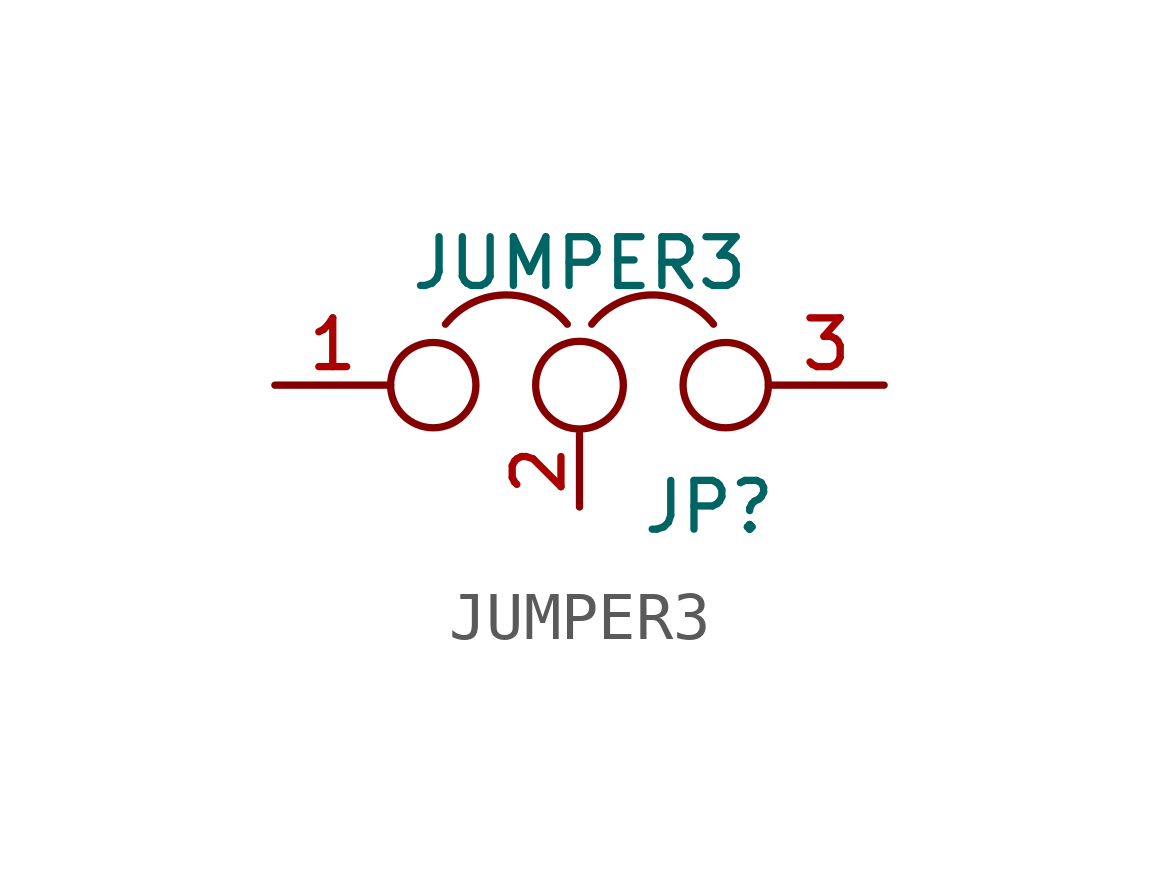
<source format=kicad_sym>
(kicad_symbol_lib
  (version 20220914)
  (generator kicad_symbol_editor)
  (symbol "JUMPER3"
    (pin_names
      (offset 0.762) hide)
    (property "Reference" "JP"
      (at 1.27 -2.54 0)
      (effects (font (size 1.016 1.016)) (justify left)))
    (property "Value" "JUMPER3"
      (at 0 2.54 0)
      (effects (font (size 1.016 1.016))))
    (symbol "JUMPER3_0_1"
      (circle (center -3.048 0) (radius 0.889) (stroke (width 0) (type solid)) (fill (type none)))
      (arc (start -0.254 1.27) (mid -1.524 1.8804) (end -2.794 1.27) (stroke (width 0) (type solid)) (fill (type none)))
      (circle (center 0 0) (radius 0.914) (stroke (width 0) (type solid)) (fill (type none)))
      (arc (start 2.794 1.27) (mid 1.524 1.8804) (end 0.254 1.27) (stroke (width 0) (type solid)) (fill (type none)))
      (circle (center 3.048 0) (radius 0.889) (stroke (width 0) (type solid)) (fill (type none)))
      (pin passive line (at -6.35 0 0) (length 2.413) (name "1" (effects (font (size 1.016 1.016)))) (number "1" (effects (font (size 1.016 1.016)))))
      (pin passive line (at 0 -2.54 90) (length 1.524) (name "2" (effects (font (size 1.016 1.016)))) (number "2" (effects (font (size 1.016 1.016)))))
      (pin passive line (at 6.35 0 180) (length 2.413) (name "3" (effects (font (size 1.016 1.016)))) (number "3" (effects (font (size 1.016 1.016))))))))
</source>
